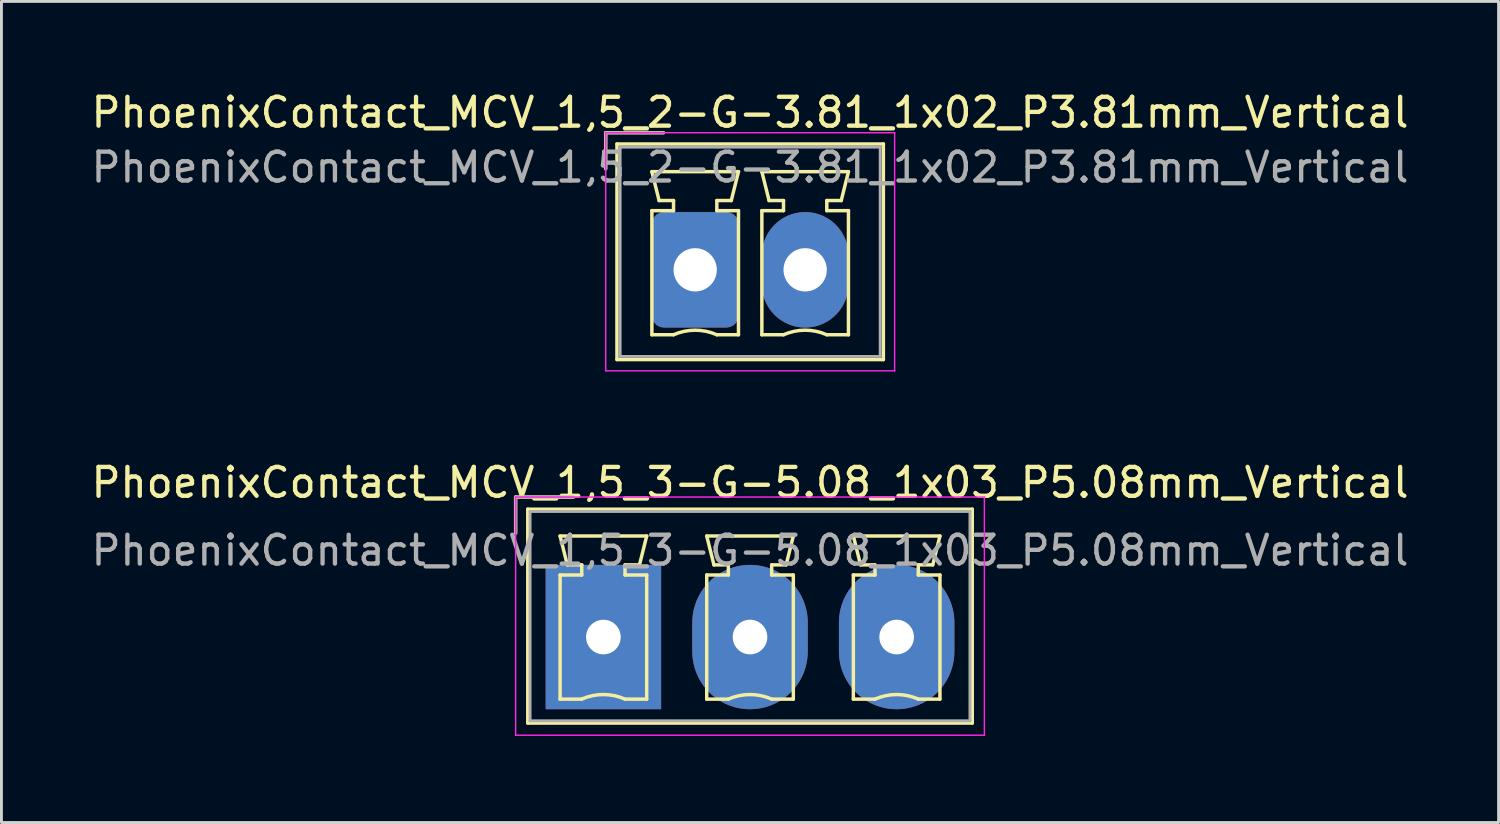
<source format=kicad_pcb>
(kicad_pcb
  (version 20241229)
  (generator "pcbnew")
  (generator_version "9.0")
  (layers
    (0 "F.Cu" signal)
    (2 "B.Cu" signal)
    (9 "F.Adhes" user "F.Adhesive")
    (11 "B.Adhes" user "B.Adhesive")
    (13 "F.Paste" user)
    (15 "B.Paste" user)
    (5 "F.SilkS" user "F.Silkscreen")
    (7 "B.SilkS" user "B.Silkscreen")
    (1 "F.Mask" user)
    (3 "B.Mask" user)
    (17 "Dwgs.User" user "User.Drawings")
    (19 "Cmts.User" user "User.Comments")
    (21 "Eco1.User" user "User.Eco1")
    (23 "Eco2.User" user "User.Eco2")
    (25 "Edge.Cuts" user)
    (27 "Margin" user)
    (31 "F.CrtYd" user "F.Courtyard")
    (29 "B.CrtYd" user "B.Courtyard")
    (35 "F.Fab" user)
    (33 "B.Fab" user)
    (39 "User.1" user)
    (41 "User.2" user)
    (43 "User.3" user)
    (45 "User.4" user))
  (footprint "PhoenixContact_MCV_1,5_2-G-3.81_1x02_P3.81mm_Vertical"
    (layer "F.Cu")
    (at 21.035 6.298)
    (property "Reference" "PhoenixContact_MCV_1,5_2-G-3.81_1x02_P3.81mm_Vertical" (at 1.9 -5.45 0) (layer "F.SilkS") (effects (font (size 1 1) (thickness 0.15))))
    (attr through_hole)
    (fp_line (start -3.1 -4.75) (end -1.1 -4.75) (stroke (width 0.12) (type solid)) (layer "F.SilkS"))
    (fp_line (start -3.1 -3.5) (end -3.1 -4.75) (stroke (width 0.12) (type solid)) (layer "F.SilkS"))
    (fp_line (start -2.71 -4.36) (end -2.71 3.11) (stroke (width 0.12) (type solid)) (layer "F.SilkS"))
    (fp_line (start -2.71 3.11) (end 6.52 3.11) (stroke (width 0.12) (type solid)) (layer "F.SilkS"))
    (fp_line (start -1.5 -3.4) (end 1.5 -3.4) (stroke (width 0.12) (type solid)) (layer "F.SilkS"))
    (fp_line (start -1.5 -2.05) (end -0.75 -2.05) (stroke (width 0.12) (type solid)) (layer "F.SilkS"))
    (fp_line (start -1.5 2.25) (end -1.5 -2.05) (stroke (width 0.12) (type solid)) (layer "F.SilkS"))
    (fp_line (start -1.25 -2.4) (end -1.5 -3.4) (stroke (width 0.12) (type solid)) (layer "F.SilkS"))
    (fp_line (start -0.75 -2.4) (end -1.25 -2.4) (stroke (width 0.12) (type solid)) (layer "F.SilkS"))
    (fp_line (start -0.75 -2.05) (end -0.75 -2.4) (stroke (width 0.12) (type solid)) (layer "F.SilkS"))
    (fp_line (start -0.75 2.25) (end -1.5 2.25) (stroke (width 0.12) (type solid)) (layer "F.SilkS"))
    (fp_line (start 0.75 -2.4) (end 0.75 -2.05) (stroke (width 0.12) (type solid)) (layer "F.SilkS"))
    (fp_line (start 0.75 -2.05) (end 1.5 -2.05) (stroke (width 0.12) (type solid)) (layer "F.SilkS"))
    (fp_line (start 1.25 -2.4) (end 0.75 -2.4) (stroke (width 0.12) (type solid)) (layer "F.SilkS"))
    (fp_line (start 1.5 -3.4) (end 1.25 -2.4) (stroke (width 0.12) (type solid)) (layer "F.SilkS"))
    (fp_line (start 1.5 -2.05) (end 1.5 2.25) (stroke (width 0.12) (type solid)) (layer "F.SilkS"))
    (fp_line (start 1.5 2.25) (end 0.75 2.25) (stroke (width 0.12) (type solid)) (layer "F.SilkS"))
    (fp_line (start 2.31 -3.4) (end 5.31 -3.4) (stroke (width 0.12) (type solid)) (layer "F.SilkS"))
    (fp_line (start 2.31 -2.05) (end 3.06 -2.05) (stroke (width 0.12) (type solid)) (layer "F.SilkS"))
    (fp_line (start 2.31 2.25) (end 2.31 -2.05) (stroke (width 0.12) (type solid)) (layer "F.SilkS"))
    (fp_line (start 2.56 -2.4) (end 2.31 -3.4) (stroke (width 0.12) (type solid)) (layer "F.SilkS"))
    (fp_line (start 3.06 -2.4) (end 2.56 -2.4) (stroke (width 0.12) (type solid)) (layer "F.SilkS"))
    (fp_line (start 3.06 -2.05) (end 3.06 -2.4) (stroke (width 0.12) (type solid)) (layer "F.SilkS"))
    (fp_line (start 3.06 2.25) (end 2.31 2.25) (stroke (width 0.12) (type solid)) (layer "F.SilkS"))
    (fp_line (start 4.56 -2.4) (end 4.56 -2.05) (stroke (width 0.12) (type solid)) (layer "F.SilkS"))
    (fp_line (start 4.56 -2.05) (end 5.31 -2.05) (stroke (width 0.12) (type solid)) (layer "F.SilkS"))
    (fp_line (start 5.06 -2.4) (end 4.56 -2.4) (stroke (width 0.12) (type solid)) (layer "F.SilkS"))
    (fp_line (start 5.31 -3.4) (end 5.06 -2.4) (stroke (width 0.12) (type solid)) (layer "F.SilkS"))
    (fp_line (start 5.31 -2.05) (end 5.31 2.25) (stroke (width 0.12) (type solid)) (layer "F.SilkS"))
    (fp_line (start 5.31 2.25) (end 4.56 2.25) (stroke (width 0.12) (type solid)) (layer "F.SilkS"))
    (fp_line (start 6.52 -4.36) (end -2.71 -4.36) (stroke (width 0.12) (type solid)) (layer "F.SilkS"))
    (fp_line (start 6.52 3.11) (end 6.52 -4.36) (stroke (width 0.12) (type solid)) (layer "F.SilkS"))
    (fp_arc (start -0.75 2.25) (mid -0.000193 2.09191) (end 0.749647 2.249844) (stroke (width 0.12) (type solid)) (layer "F.SilkS"))
    (fp_arc (start 3.06 2.25) (mid 3.809807 2.09191) (end 4.559647 2.249844) (stroke (width 0.12) (type solid)) (layer "F.SilkS"))
    (fp_line (start -3.1 -4.75) (end -3.1 3.5) (stroke (width 0.05) (type solid)) (layer "F.CrtYd"))
    (fp_line (start -3.1 3.5) (end 6.91 3.5) (stroke (width 0.05) (type solid)) (layer "F.CrtYd"))
    (fp_line (start 6.91 -4.75) (end -3.1 -4.75) (stroke (width 0.05) (type solid)) (layer "F.CrtYd"))
    (fp_line (start 6.91 3.5) (end 6.91 -4.75) (stroke (width 0.05) (type solid)) (layer "F.CrtYd"))
    (fp_line (start -3.1 -4.75) (end -1.1 -4.75) (stroke (width 0.1) (type solid)) (layer "F.Fab"))
    (fp_line (start -3.1 -3.5) (end -3.1 -4.75) (stroke (width 0.1) (type solid)) (layer "F.Fab"))
    (fp_line (start -2.6 -4.25) (end -2.6 3) (stroke (width 0.1) (type solid)) (layer "F.Fab"))
    (fp_line (start -2.6 3) (end 6.41 3) (stroke (width 0.1) (type solid)) (layer "F.Fab"))
    (fp_line (start 6.41 -4.25) (end -2.6 -4.25) (stroke (width 0.1) (type solid)) (layer "F.Fab"))
    (fp_line (start 6.41 3) (end 6.41 -4.25) (stroke (width 0.1) (type solid)) (layer "F.Fab"))
    (fp_text user "${REFERENCE}" (at 1.9 -3.55 0) (layer "F.Fab") (effects (font (size 1 1) (thickness 0.15))))
    (pad "1" thru_hole roundrect (at 0 0) (size 3 4) (drill 1.5) (layers "*.Cu" "*.Mask") (roundrect_rratio 0.139))
    (pad "2" thru_hole oval (at 3.81 0) (size 3 4) (drill 1.5) (layers "*.Cu" "*.Mask")))
  (footprint "PhoenixContact_MCV_1,5_3-G-5.08_1x03_P5.08mm_Vertical"
    (layer "F.Cu")
    (at 17.855 19.021)
    (property "Reference" "PhoenixContact_MCV_1,5_3-G-5.08_1x03_P5.08mm_Vertical" (at 5.08 -5.35 0) (layer "F.SilkS") (effects (font (size 1 1) (thickness 0.15))))
    (attr through_hole)
    (fp_line (start -3.04 -4.85) (end -1.04 -4.85) (stroke (width 0.12) (type solid)) (layer "F.SilkS"))
    (fp_line (start -3.04 -3.6) (end -3.04 -4.85) (stroke (width 0.12) (type solid)) (layer "F.SilkS"))
    (fp_line (start -2.62 -4.43) (end -2.62 2.98) (stroke (width 0.12) (type solid)) (layer "F.SilkS"))
    (fp_line (start -2.62 2.98) (end 12.78 2.98) (stroke (width 0.12) (type solid)) (layer "F.SilkS"))
    (fp_line (start -1.5 -3.5) (end 1.5 -3.5) (stroke (width 0.12) (type solid)) (layer "F.SilkS"))
    (fp_line (start -1.5 -2.15) (end -0.75 -2.15) (stroke (width 0.12) (type solid)) (layer "F.SilkS"))
    (fp_line (start -1.5 2.15) (end -1.5 -2.15) (stroke (width 0.12) (type solid)) (layer "F.SilkS"))
    (fp_line (start -1.25 -2.5) (end -1.5 -3.5) (stroke (width 0.12) (type solid)) (layer "F.SilkS"))
    (fp_line (start -0.75 -2.5) (end -1.25 -2.5) (stroke (width 0.12) (type solid)) (layer "F.SilkS"))
    (fp_line (start -0.75 -2.15) (end -0.75 -2.5) (stroke (width 0.12) (type solid)) (layer "F.SilkS"))
    (fp_line (start -0.75 2.15) (end -1.5 2.15) (stroke (width 0.12) (type solid)) (layer "F.SilkS"))
    (fp_line (start 0.75 -2.5) (end 0.75 -2.15) (stroke (width 0.12) (type solid)) (layer "F.SilkS"))
    (fp_line (start 0.75 -2.15) (end 1.5 -2.15) (stroke (width 0.12) (type solid)) (layer "F.SilkS"))
    (fp_line (start 1.25 -2.5) (end 0.75 -2.5) (stroke (width 0.12) (type solid)) (layer "F.SilkS"))
    (fp_line (start 1.5 -3.5) (end 1.25 -2.5) (stroke (width 0.12) (type solid)) (layer "F.SilkS"))
    (fp_line (start 1.5 -2.15) (end 1.5 2.15) (stroke (width 0.12) (type solid)) (layer "F.SilkS"))
    (fp_line (start 1.5 2.15) (end 0.75 2.15) (stroke (width 0.12) (type solid)) (layer "F.SilkS"))
    (fp_line (start 3.58 -3.5) (end 6.58 -3.5) (stroke (width 0.12) (type solid)) (layer "F.SilkS"))
    (fp_line (start 3.58 -2.15) (end 4.33 -2.15) (stroke (width 0.12) (type solid)) (layer "F.SilkS"))
    (fp_line (start 3.58 2.15) (end 3.58 -2.15) (stroke (width 0.12) (type solid)) (layer "F.SilkS"))
    (fp_line (start 3.83 -2.5) (end 3.58 -3.5) (stroke (width 0.12) (type solid)) (layer "F.SilkS"))
    (fp_line (start 4.33 -2.5) (end 3.83 -2.5) (stroke (width 0.12) (type solid)) (layer "F.SilkS"))
    (fp_line (start 4.33 -2.15) (end 4.33 -2.5) (stroke (width 0.12) (type solid)) (layer "F.SilkS"))
    (fp_line (start 4.33 2.15) (end 3.58 2.15) (stroke (width 0.12) (type solid)) (layer "F.SilkS"))
    (fp_line (start 5.83 -2.5) (end 5.83 -2.15) (stroke (width 0.12) (type solid)) (layer "F.SilkS"))
    (fp_line (start 5.83 -2.15) (end 6.58 -2.15) (stroke (width 0.12) (type solid)) (layer "F.SilkS"))
    (fp_line (start 6.33 -2.5) (end 5.83 -2.5) (stroke (width 0.12) (type solid)) (layer "F.SilkS"))
    (fp_line (start 6.58 -3.5) (end 6.33 -2.5) (stroke (width 0.12) (type solid)) (layer "F.SilkS"))
    (fp_line (start 6.58 -2.15) (end 6.58 2.15) (stroke (width 0.12) (type solid)) (layer "F.SilkS"))
    (fp_line (start 6.58 2.15) (end 5.83 2.15) (stroke (width 0.12) (type solid)) (layer "F.SilkS"))
    (fp_line (start 8.66 -3.5) (end 11.66 -3.5) (stroke (width 0.12) (type solid)) (layer "F.SilkS"))
    (fp_line (start 8.66 -2.15) (end 9.41 -2.15) (stroke (width 0.12) (type solid)) (layer "F.SilkS"))
    (fp_line (start 8.66 2.15) (end 8.66 -2.15) (stroke (width 0.12) (type solid)) (layer "F.SilkS"))
    (fp_line (start 8.91 -2.5) (end 8.66 -3.5) (stroke (width 0.12) (type solid)) (layer "F.SilkS"))
    (fp_line (start 9.41 -2.5) (end 8.91 -2.5) (stroke (width 0.12) (type solid)) (layer "F.SilkS"))
    (fp_line (start 9.41 -2.15) (end 9.41 -2.5) (stroke (width 0.12) (type solid)) (layer "F.SilkS"))
    (fp_line (start 9.41 2.15) (end 8.66 2.15) (stroke (width 0.12) (type solid)) (layer "F.SilkS"))
    (fp_line (start 10.91 -2.5) (end 10.91 -2.15) (stroke (width 0.12) (type solid)) (layer "F.SilkS"))
    (fp_line (start 10.91 -2.15) (end 11.66 -2.15) (stroke (width 0.12) (type solid)) (layer "F.SilkS"))
    (fp_line (start 11.41 -2.5) (end 10.91 -2.5) (stroke (width 0.12) (type solid)) (layer "F.SilkS"))
    (fp_line (start 11.66 -3.5) (end 11.41 -2.5) (stroke (width 0.12) (type solid)) (layer "F.SilkS"))
    (fp_line (start 11.66 -2.15) (end 11.66 2.15) (stroke (width 0.12) (type solid)) (layer "F.SilkS"))
    (fp_line (start 11.66 2.15) (end 10.91 2.15) (stroke (width 0.12) (type solid)) (layer "F.SilkS"))
    (fp_line (start 12.78 -4.43) (end -2.62 -4.43) (stroke (width 0.12) (type solid)) (layer "F.SilkS"))
    (fp_line (start 12.78 2.98) (end 12.78 -4.43) (stroke (width 0.12) (type solid)) (layer "F.SilkS"))
    (fp_arc (start -0.75 2.15) (mid -0.000193 1.99191) (end 0.749647 2.149844) (stroke (width 0.12) (type solid)) (layer "F.SilkS"))
    (fp_arc (start 4.33 2.15) (mid 5.079807 1.99191) (end 5.829647 2.149844) (stroke (width 0.12) (type solid)) (layer "F.SilkS"))
    (fp_arc (start 9.41 2.15) (mid 10.159807 1.99191) (end 10.909647 2.149844) (stroke (width 0.12) (type solid)) (layer "F.SilkS"))
    (fp_line (start -3.04 -4.85) (end -3.04 3.4) (stroke (width 0.05) (type solid)) (layer "F.CrtYd"))
    (fp_line (start -3.04 3.4) (end 13.2 3.4) (stroke (width 0.05) (type solid)) (layer "F.CrtYd"))
    (fp_line (start 13.2 -4.85) (end -3.04 -4.85) (stroke (width 0.05) (type solid)) (layer "F.CrtYd"))
    (fp_line (start 13.2 3.4) (end 13.2 -4.85) (stroke (width 0.05) (type solid)) (layer "F.CrtYd"))
    (fp_line (start -3.04 -4.85) (end -1.04 -4.85) (stroke (width 0.1) (type solid)) (layer "F.Fab"))
    (fp_line (start -3.04 -3.6) (end -3.04 -4.85) (stroke (width 0.1) (type solid)) (layer "F.Fab"))
    (fp_line (start -2.54 -4.35) (end -2.54 2.9) (stroke (width 0.1) (type solid)) (layer "F.Fab"))
    (fp_line (start -2.54 2.9) (end 12.7 2.9) (stroke (width 0.1) (type solid)) (layer "F.Fab"))
    (fp_line (start 12.7 -4.35) (end -2.54 -4.35) (stroke (width 0.1) (type solid)) (layer "F.Fab"))
    (fp_line (start 12.7 2.9) (end 12.7 -4.35) (stroke (width 0.1) (type solid)) (layer "F.Fab"))
    (fp_text user "${REFERENCE}" (at 5.08 -3 0) (layer "F.Fab") (effects (font (size 1 1) (thickness 0.15))))
    (pad "1" thru_hole rect (at 0 0) (size 4 5) (drill 1.2) (layers "*.Cu" "*.Mask"))
    (pad "2" thru_hole oval (at 5.08 0) (size 4 5) (drill 1.2) (layers "*.Cu" "*.Mask"))
    (pad "3" thru_hole oval (at 10.16 0) (size 4 5) (drill 1.2) (layers "*.Cu" "*.Mask")))
  (gr_rect
    (start -3 -3)
    (end 48.869 25.447)
    (stroke (width 0.1) (type default))
    (fill no)
    (layer "Edge.Cuts")))
</source>
